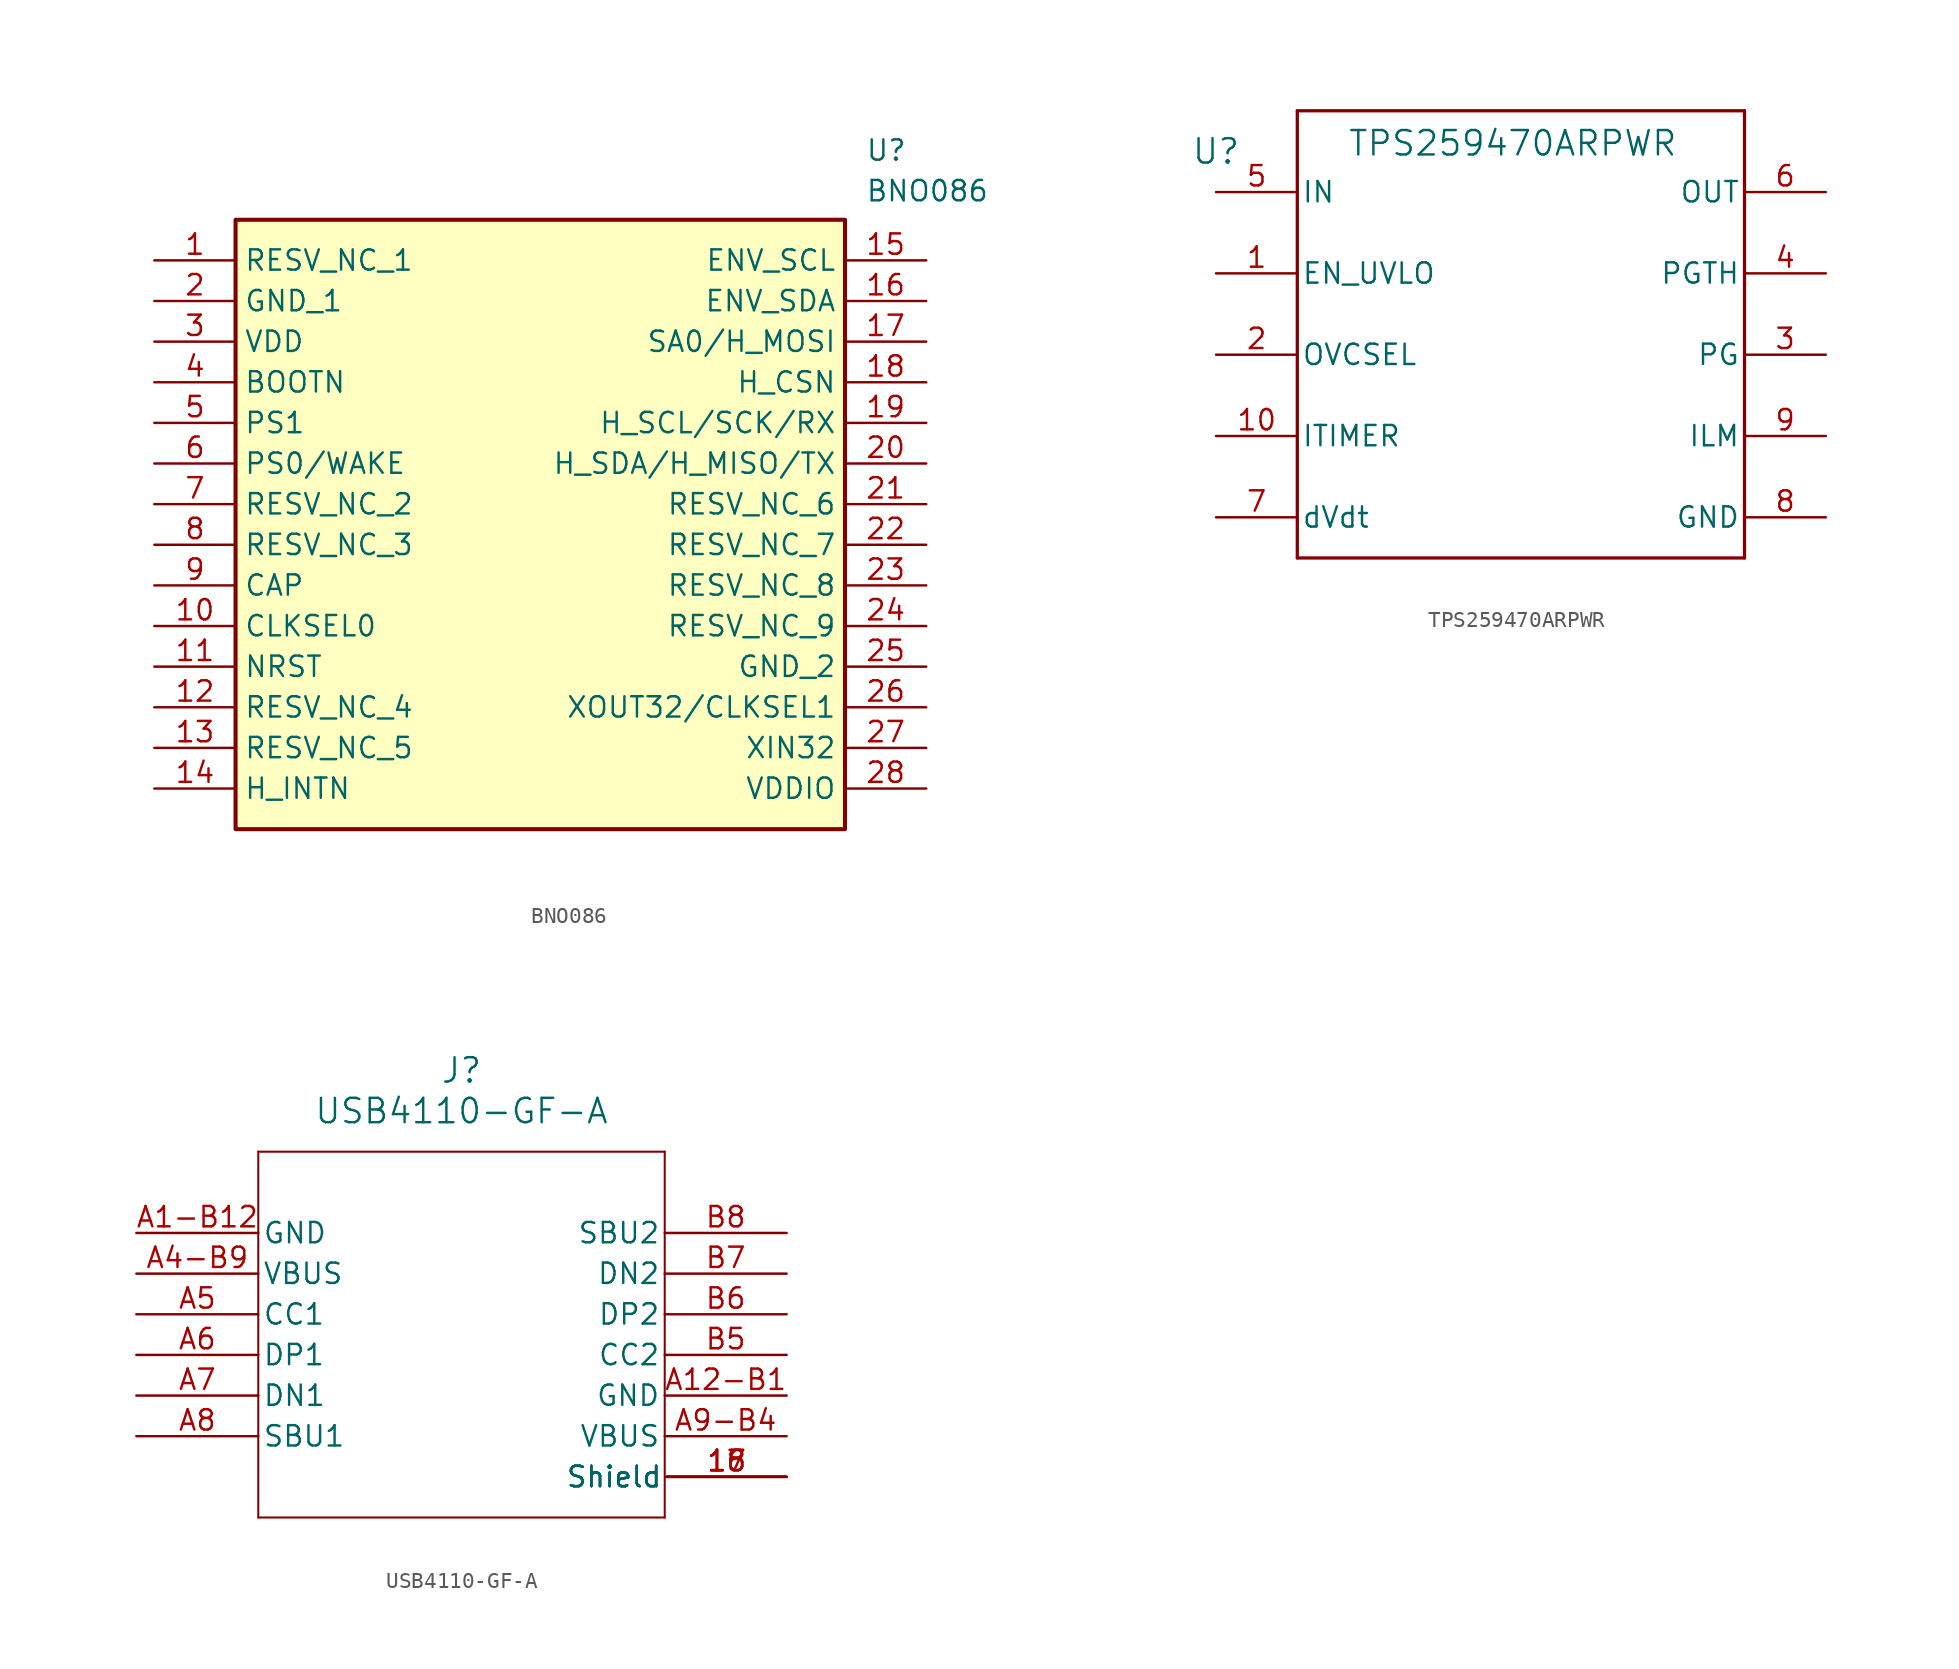
<source format=kicad_sym>
(kicad_symbol_lib
  (version 20241209)
  (generator "kicad_symbol_editor")
  (generator_version "9.0")
  (symbol "BNO086"
    (property "Reference" "U"
      (at 44.45 7.62 0)
      (effects (font (size 1.27 1.27)) (justify left top)))
    (property "Value" "BNO086"
      (at 44.45 5.08 0)
      (effects (font (size 1.27 1.27)) (justify left top)))
    (symbol "BNO086_1_1"
      (rectangle (start 5.08 2.54) (end 43.18 -35.56) (stroke (width 0.254) (type default)) (fill (type background)))
      (pin passive line (at 0 0 0) (length 5.08) (name "RESV_NC_1" (effects (font (size 1.27 1.27)))) (number "1" (effects (font (size 1.27 1.27)))))
      (pin passive line (at 0 -2.54 0) (length 5.08) (name "GND_1" (effects (font (size 1.27 1.27)))) (number "2" (effects (font (size 1.27 1.27)))))
      (pin passive line (at 0 -5.08 0) (length 5.08) (name "VDD" (effects (font (size 1.27 1.27)))) (number "3" (effects (font (size 1.27 1.27)))))
      (pin passive line (at 0 -7.62 0) (length 5.08) (name "BOOTN" (effects (font (size 1.27 1.27)))) (number "4" (effects (font (size 1.27 1.27)))))
      (pin passive line (at 0 -10.16 0) (length 5.08) (name "PS1" (effects (font (size 1.27 1.27)))) (number "5" (effects (font (size 1.27 1.27)))))
      (pin passive line (at 0 -12.7 0) (length 5.08) (name "PS0/WAKE" (effects (font (size 1.27 1.27)))) (number "6" (effects (font (size 1.27 1.27)))))
      (pin passive line (at 0 -15.24 0) (length 5.08) (name "RESV_NC_2" (effects (font (size 1.27 1.27)))) (number "7" (effects (font (size 1.27 1.27)))))
      (pin passive line (at 0 -17.78 0) (length 5.08) (name "RESV_NC_3" (effects (font (size 1.27 1.27)))) (number "8" (effects (font (size 1.27 1.27)))))
      (pin passive line (at 0 -20.32 0) (length 5.08) (name "CAP" (effects (font (size 1.27 1.27)))) (number "9" (effects (font (size 1.27 1.27)))))
      (pin passive line (at 0 -22.86 0) (length 5.08) (name "CLKSEL0" (effects (font (size 1.27 1.27)))) (number "10" (effects (font (size 1.27 1.27)))))
      (pin passive line (at 0 -25.4 0) (length 5.08) (name "NRST" (effects (font (size 1.27 1.27)))) (number "11" (effects (font (size 1.27 1.27)))))
      (pin passive line (at 0 -27.94 0) (length 5.08) (name "RESV_NC_4" (effects (font (size 1.27 1.27)))) (number "12" (effects (font (size 1.27 1.27)))))
      (pin passive line (at 0 -30.48 0) (length 5.08) (name "RESV_NC_5" (effects (font (size 1.27 1.27)))) (number "13" (effects (font (size 1.27 1.27)))))
      (pin passive line (at 0 -33.02 0) (length 5.08) (name "H_INTN" (effects (font (size 1.27 1.27)))) (number "14" (effects (font (size 1.27 1.27)))))
      (pin passive line (at 48.26 0 180) (length 5.08) (name "ENV_SCL" (effects (font (size 1.27 1.27)))) (number "15" (effects (font (size 1.27 1.27)))))
      (pin passive line (at 48.26 -2.54 180) (length 5.08) (name "ENV_SDA" (effects (font (size 1.27 1.27)))) (number "16" (effects (font (size 1.27 1.27)))))
      (pin passive line (at 48.26 -5.08 180) (length 5.08) (name "SA0/H_MOSI" (effects (font (size 1.27 1.27)))) (number "17" (effects (font (size 1.27 1.27)))))
      (pin passive line (at 48.26 -7.62 180) (length 5.08) (name "H_CSN" (effects (font (size 1.27 1.27)))) (number "18" (effects (font (size 1.27 1.27)))))
      (pin passive line (at 48.26 -10.16 180) (length 5.08) (name "H_SCL/SCK/RX" (effects (font (size 1.27 1.27)))) (number "19" (effects (font (size 1.27 1.27)))))
      (pin passive line (at 48.26 -12.7 180) (length 5.08) (name "H_SDA/H_MISO/TX" (effects (font (size 1.27 1.27)))) (number "20" (effects (font (size 1.27 1.27)))))
      (pin passive line (at 48.26 -15.24 180) (length 5.08) (name "RESV_NC_6" (effects (font (size 1.27 1.27)))) (number "21" (effects (font (size 1.27 1.27)))))
      (pin passive line (at 48.26 -17.78 180) (length 5.08) (name "RESV_NC_7" (effects (font (size 1.27 1.27)))) (number "22" (effects (font (size 1.27 1.27)))))
      (pin passive line (at 48.26 -20.32 180) (length 5.08) (name "RESV_NC_8" (effects (font (size 1.27 1.27)))) (number "23" (effects (font (size 1.27 1.27)))))
      (pin passive line (at 48.26 -22.86 180) (length 5.08) (name "RESV_NC_9" (effects (font (size 1.27 1.27)))) (number "24" (effects (font (size 1.27 1.27)))))
      (pin passive line (at 48.26 -25.4 180) (length 5.08) (name "GND_2" (effects (font (size 1.27 1.27)))) (number "25" (effects (font (size 1.27 1.27)))))
      (pin passive line (at 48.26 -27.94 180) (length 5.08) (name "XOUT32/CLKSEL1" (effects (font (size 1.27 1.27)))) (number "26" (effects (font (size 1.27 1.27)))))
      (pin passive line (at 48.26 -30.48 180) (length 5.08) (name "XIN32" (effects (font (size 1.27 1.27)))) (number "27" (effects (font (size 1.27 1.27)))))
      (pin passive line (at 48.26 -33.02 180) (length 5.08) (name "VDDIO" (effects (font (size 1.27 1.27)))) (number "28" (effects (font (size 1.27 1.27)))))))
  (symbol "TPS259470ARPWR"
    (pin_names
      (offset 0.254))
    (property "Reference" "U"
      (at 0 2.54 0)
      (effects (font (size 1.524 1.524))))
    (property "Value" "TPS259470ARPWR"
      (at 18.542 3.048 0)
      (effects (font (size 1.524 1.524))))
    (property "ki_locked" ""
      (at 0 0 0)
      (effects (font (size 1.27 1.27))))
    (symbol "TPS259470ARPWR_0_1"
      (polyline (pts (xy 5.08 5.08) (xy 5.08 -22.86)) (stroke (width 0.203) (type default)) (fill (type none)))
      (polyline (pts (xy 5.08 -22.86) (xy 33.02 -22.86)) (stroke (width 0.203) (type default)) (fill (type none)))
      (polyline (pts (xy 33.02 5.08) (xy 5.08 5.08)) (stroke (width 0.203) (type default)) (fill (type none)))
      (polyline (pts (xy 33.02 -22.86) (xy 33.02 5.08)) (stroke (width 0.203) (type default)) (fill (type none)))
      (pin power_in line (at 0 0 0) (length 5.08) (name "IN" (effects (font (size 1.27 1.27)))) (number "5" (effects (font (size 1.27 1.27)))))
      (pin input line (at 0 -5.08 0) (length 5.08) (name "EN_UVLO" (effects (font (size 1.27 1.27)))) (number "1" (effects (font (size 1.27 1.27)))))
      (pin input line (at 0 -10.16 0) (length 5.08) (name "OVCSEL" (effects (font (size 1.27 1.27)))) (number "2" (effects (font (size 1.27 1.27)))))
      (pin output line (at 0 -15.24 0) (length 5.08) (name "ITIMER" (effects (font (size 1.27 1.27)))) (number "10" (effects (font (size 1.27 1.27)))))
      (pin output line (at 0 -20.32 0) (length 5.08) (name "dVdt" (effects (font (size 1.27 1.27)))) (number "7" (effects (font (size 1.27 1.27)))))
      (pin power_in line (at 38.1 0 180) (length 5.08) (name "OUT" (effects (font (size 1.27 1.27)))) (number "6" (effects (font (size 1.27 1.27)))))
      (pin input line (at 38.1 -5.08 180) (length 5.08) (name "PGTH" (effects (font (size 1.27 1.27)))) (number "4" (effects (font (size 1.27 1.27)))))
      (pin output line (at 38.1 -10.16 180) (length 5.08) (name "PG" (effects (font (size 1.27 1.27)))) (number "3" (effects (font (size 1.27 1.27)))))
      (pin output line (at 38.1 -15.24 180) (length 5.08) (name "ILM" (effects (font (size 1.27 1.27)))) (number "9" (effects (font (size 1.27 1.27)))))
      (pin power_in line (at 38.1 -20.32 180) (length 5.08) (name "GND" (effects (font (size 1.27 1.27)))) (number "8" (effects (font (size 1.27 1.27)))))))
  (symbol "USB4110-GF-A"
    (pin_names
      (offset 0.254))
    (property "Reference" "J"
      (at 20.32 10.16 0)
      (effects (font (size 1.524 1.524))))
    (property "Value" "USB4110-GF-A"
      (at 20.32 7.62 0)
      (effects (font (size 1.524 1.524))))
    (property "ki_locked" ""
      (at 0 0 0)
      (effects (font (size 1.27 1.27))))
    (symbol "USB4110-GF-A_0_1"
      (polyline (pts (xy 7.62 5.08) (xy 7.62 -17.78)) (stroke (width 0.127) (type default)) (fill (type none)))
      (polyline (pts (xy 7.62 -17.78) (xy 33.02 -17.78)) (stroke (width 0.127) (type default)) (fill (type none)))
      (polyline (pts (xy 33.02 5.08) (xy 7.62 5.08)) (stroke (width 0.127) (type default)) (fill (type none)))
      (polyline (pts (xy 33.02 -17.78) (xy 33.02 5.08)) (stroke (width 0.127) (type default)) (fill (type none)))
      (pin power_out line (at 0 0 0) (length 7.62) (name "GND" (effects (font (size 1.27 1.27)))) (number "A1-B12" (effects (font (size 1.27 1.27)))))
      (pin power_in line (at 0 -2.54 0) (length 7.62) (name "VBUS" (effects (font (size 1.27 1.27)))) (number "A4-B9" (effects (font (size 1.27 1.27)))))
      (pin bidirectional line (at 0 -5.08 0) (length 7.62) (name "CC1" (effects (font (size 1.27 1.27)))) (number "A5" (effects (font (size 1.27 1.27)))))
      (pin bidirectional line (at 0 -7.62 0) (length 7.62) (name "DP1" (effects (font (size 1.27 1.27)))) (number "A6" (effects (font (size 1.27 1.27)))))
      (pin bidirectional line (at 0 -10.16 0) (length 7.62) (name "DN1" (effects (font (size 1.27 1.27)))) (number "A7" (effects (font (size 1.27 1.27)))))
      (pin bidirectional line (at 0 -12.7 0) (length 7.62) (name "SBU1" (effects (font (size 1.27 1.27)))) (number "A8" (effects (font (size 1.27 1.27)))))
      (pin bidirectional line (at 40.64 0 180) (length 7.62) (name "SBU2" (effects (font (size 1.27 1.27)))) (number "B8" (effects (font (size 1.27 1.27)))))
      (pin bidirectional line (at 40.64 -2.54 180) (length 7.62) (name "DN2" (effects (font (size 1.27 1.27)))) (number "B7" (effects (font (size 1.27 1.27)))))
      (pin bidirectional line (at 40.64 -5.08 180) (length 7.62) (name "DP2" (effects (font (size 1.27 1.27)))) (number "B6" (effects (font (size 1.27 1.27)))))
      (pin bidirectional line (at 40.64 -7.62 180) (length 7.62) (name "CC2" (effects (font (size 1.27 1.27)))) (number "B5" (effects (font (size 1.27 1.27)))))
      (pin power_out line (at 40.64 -10.16 180) (length 7.62) (name "GND" (effects (font (size 1.27 1.27)))) (number "A12-B1" (effects (font (size 1.27 1.27)))))
      (pin power_in line (at 40.64 -12.7 180) (length 7.62) (name "VBUS" (effects (font (size 1.27 1.27)))) (number "A9-B4" (effects (font (size 1.27 1.27))))))
    (symbol "USB4110-GF-A_1_1"
      (pin bidirectional line (at 40.64 -15.24 180) (length 7.5) (name "Shield" (effects (font (size 1.27 1.27)))) (number "15" (effects (font (size 1.27 1.27)))))
      (pin bidirectional line (at 40.64 -15.24 180) (length 7.5) (name "Shield" (effects (font (size 1.27 1.27)))) (number "16" (effects (font (size 1.27 1.27)))))
      (pin bidirectional line (at 40.64 -15.24 180) (length 7.5) (name "Shield" (effects (font (size 1.27 1.27)))) (number "17" (effects (font (size 1.27 1.27)))))
      (pin bidirectional line (at 40.64 -15.24 180) (length 7.5) (name "Shield" (effects (font (size 1.27 1.27)))) (number "18" (effects (font (size 1.27 1.27))))))))
</source>
